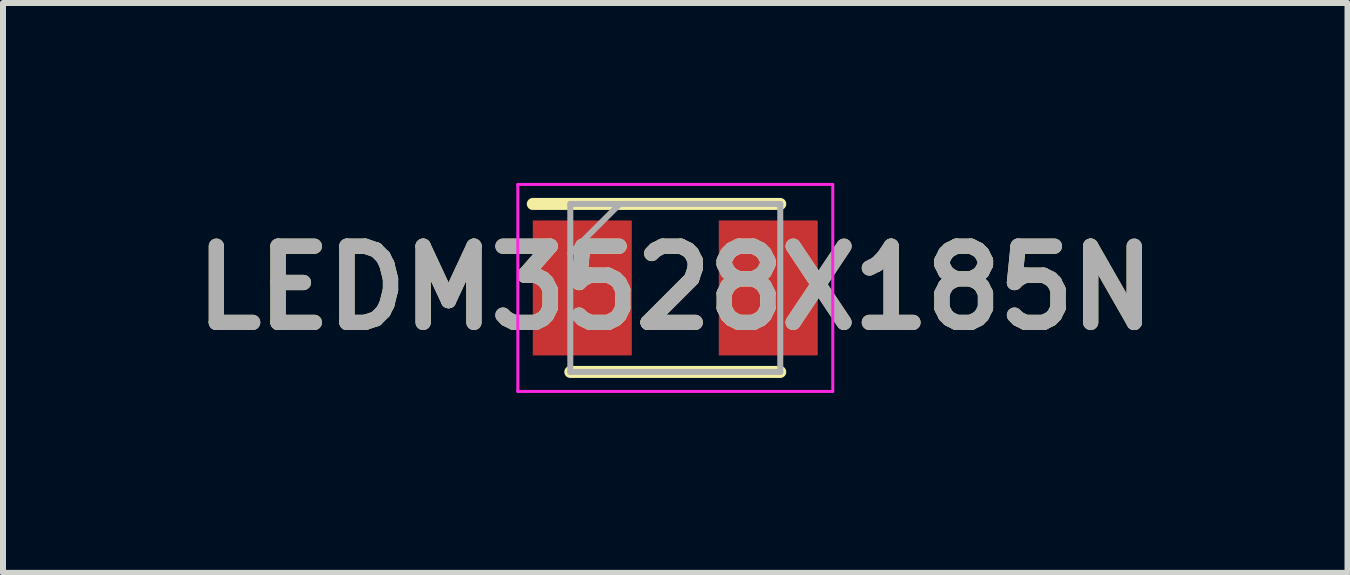
<source format=kicad_pcb>
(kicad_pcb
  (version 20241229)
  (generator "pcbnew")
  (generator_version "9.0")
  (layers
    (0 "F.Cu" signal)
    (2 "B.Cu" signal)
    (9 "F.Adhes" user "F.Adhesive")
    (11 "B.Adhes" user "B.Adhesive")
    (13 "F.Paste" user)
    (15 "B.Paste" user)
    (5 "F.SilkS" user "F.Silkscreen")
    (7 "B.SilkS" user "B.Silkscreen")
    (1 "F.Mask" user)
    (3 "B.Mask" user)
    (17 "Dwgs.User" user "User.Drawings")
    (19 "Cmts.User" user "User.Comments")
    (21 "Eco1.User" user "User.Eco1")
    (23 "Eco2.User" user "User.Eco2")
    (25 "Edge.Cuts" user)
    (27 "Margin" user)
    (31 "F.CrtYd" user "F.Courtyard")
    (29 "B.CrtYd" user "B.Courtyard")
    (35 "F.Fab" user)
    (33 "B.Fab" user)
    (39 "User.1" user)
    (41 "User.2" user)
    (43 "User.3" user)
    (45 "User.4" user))
  (footprint "LEDM3528X185N"
    (layer "F.Cu")
    (at 8.207 1.75)
    (property "Reference" "LEDM3528X185N" (at 0 0 0) (layer "F.SilkS") (effects (font (size 1.27 1.27) (thickness 0.254))))
    (attr smd)
    (fp_line (start -1.75 1.4) (end 1.75 1.4) (stroke (width 0.2) (type solid)) (layer "F.SilkS"))
    (fp_line (start 1.75 -1.4) (end -2.375 -1.4) (stroke (width 0.2) (type solid)) (layer "F.SilkS"))
    (fp_line (start -2.625 -1.725) (end 2.625 -1.725) (stroke (width 0.05) (type solid)) (layer "F.CrtYd"))
    (fp_line (start -2.625 1.725) (end -2.625 -1.725) (stroke (width 0.05) (type solid)) (layer "F.CrtYd"))
    (fp_line (start 2.625 -1.725) (end 2.625 1.725) (stroke (width 0.05) (type solid)) (layer "F.CrtYd"))
    (fp_line (start 2.625 1.725) (end -2.625 1.725) (stroke (width 0.05) (type solid)) (layer "F.CrtYd"))
    (fp_line (start -1.75 -1.4) (end 1.75 -1.4) (stroke (width 0.1) (type solid)) (layer "F.Fab"))
    (fp_line (start -1.75 -0.575) (end -0.925 -1.4) (stroke (width 0.1) (type solid)) (layer "F.Fab"))
    (fp_line (start -1.75 1.4) (end -1.75 -1.4) (stroke (width 0.1) (type solid)) (layer "F.Fab"))
    (fp_line (start 1.75 -1.4) (end 1.75 1.4) (stroke (width 0.1) (type solid)) (layer "F.Fab"))
    (fp_line (start 1.75 1.4) (end -1.75 1.4) (stroke (width 0.1) (type solid)) (layer "F.Fab"))
    (fp_text user "${REFERENCE}" (at 0 0 0) (layer "F.Fab") (effects (font (size 1.27 1.27) (thickness 0.254))))
    (pad "1" smd rect (at -1.55 0) (size 1.65 2.25) (layers "F.Cu" "F.Mask" "F.Paste"))
    (pad "2" smd rect (at 1.55 0) (size 1.65 2.25) (layers "F.Cu" "F.Mask" "F.Paste")))
  (gr_rect
    (start -3 -3)
    (end 19.413 6.5)
    (stroke (width 0.1) (type default))
    (fill no)
    (layer "Edge.Cuts")))
</source>
